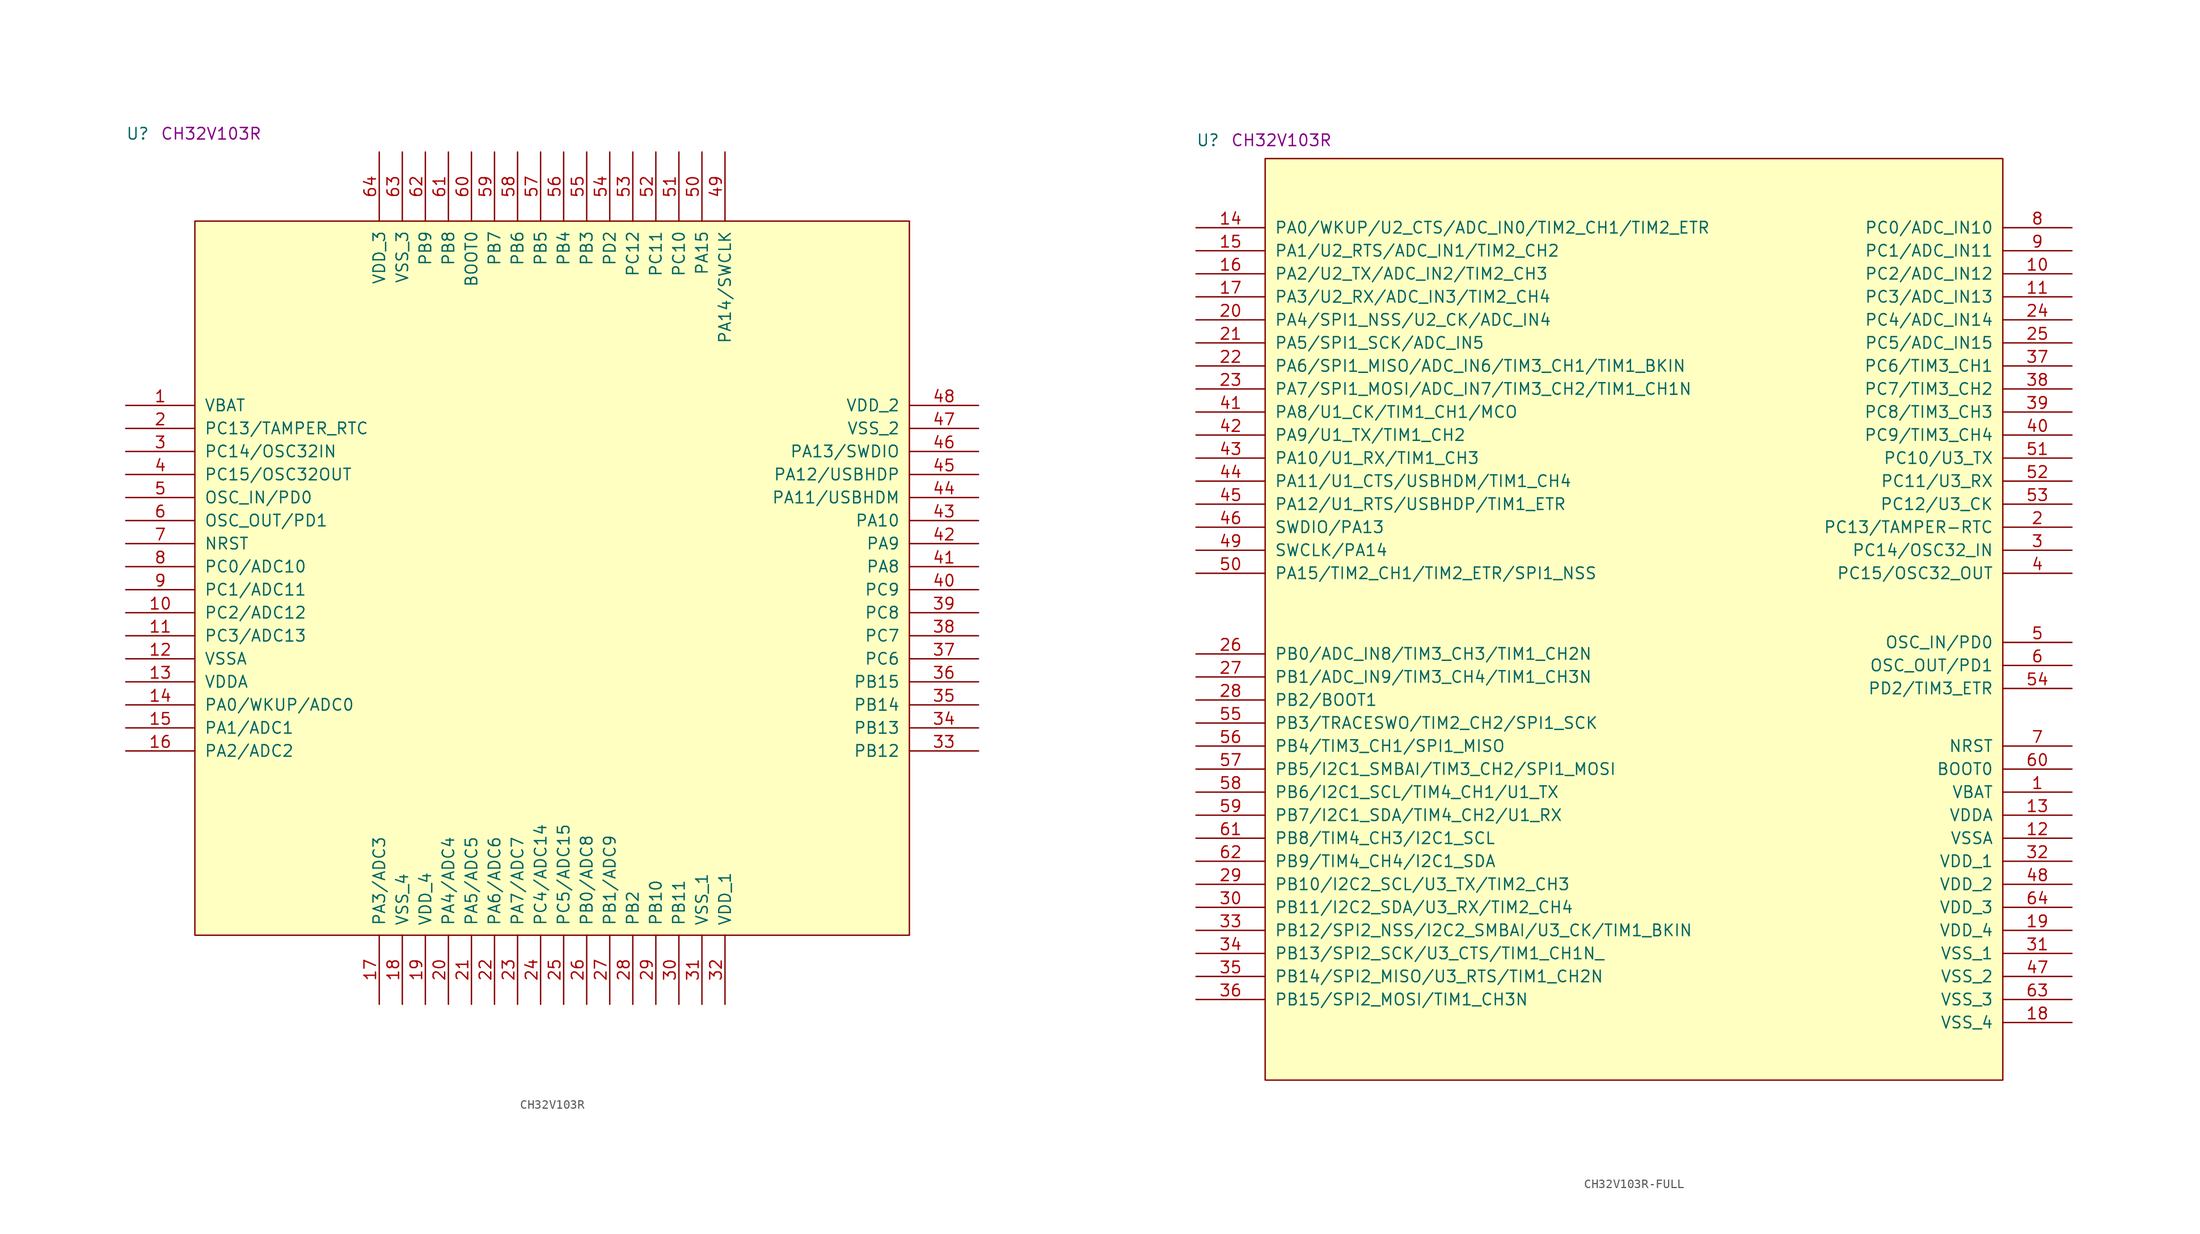
<source format=kicad_sym>
(kicad_symbol_lib
  (version 20211014)
  (generator kicad_symbol_editor)
  (symbol "CH32V103R"
    (pin_names
      (offset 1.016))
    (property "Reference" "U"
      (at -7.62 8.89 0)
      (effects (font (size 1.27 1.27)) (justify left bottom)))
    (property "Comment" "CH32V103R"
      (at -3.81 8.89 0)
      (effects (font (size 1.27 1.27)) (justify left bottom)))
    (symbol "CH32V103R_1_1"
      (rectangle (start 0 -78.74) (end 78.74 0) (stroke (width 0) (type default) (color 0 0 0 0)) (fill (type background)))
      (pin power_in line (at -7.62 -20.32 0) (length 7.62) (name "VBAT" (effects (font (size 1.27 1.27)))) (number "1" (effects (font (size 1.27 1.27)))))
      (pin bidirectional line (at -7.62 -43.18 0) (length 7.62) (name "PC2/ADC12" (effects (font (size 1.27 1.27)))) (number "10" (effects (font (size 1.27 1.27)))))
      (pin bidirectional line (at -7.62 -45.72 0) (length 7.62) (name "PC3/ADC13" (effects (font (size 1.27 1.27)))) (number "11" (effects (font (size 1.27 1.27)))))
      (pin power_in line (at -7.62 -48.26 0) (length 7.62) (name "VSSA" (effects (font (size 1.27 1.27)))) (number "12" (effects (font (size 1.27 1.27)))))
      (pin power_in line (at -7.62 -50.8 0) (length 7.62) (name "VDDA" (effects (font (size 1.27 1.27)))) (number "13" (effects (font (size 1.27 1.27)))))
      (pin bidirectional line (at -7.62 -53.34 0) (length 7.62) (name "PA0/WKUP/ADC0" (effects (font (size 1.27 1.27)))) (number "14" (effects (font (size 1.27 1.27)))))
      (pin bidirectional line (at -7.62 -55.88 0) (length 7.62) (name "PA1/ADC1" (effects (font (size 1.27 1.27)))) (number "15" (effects (font (size 1.27 1.27)))))
      (pin bidirectional line (at -7.62 -58.42 0) (length 7.62) (name "PA2/ADC2" (effects (font (size 1.27 1.27)))) (number "16" (effects (font (size 1.27 1.27)))))
      (pin bidirectional line (at 20.32 -86.36 90) (length 7.62) (name "PA3/ADC3" (effects (font (size 1.27 1.27)))) (number "17" (effects (font (size 1.27 1.27)))))
      (pin power_in line (at 22.86 -86.36 90) (length 7.62) (name "VSS_4" (effects (font (size 1.27 1.27)))) (number "18" (effects (font (size 1.27 1.27)))))
      (pin power_in line (at 25.4 -86.36 90) (length 7.62) (name "VDD_4" (effects (font (size 1.27 1.27)))) (number "19" (effects (font (size 1.27 1.27)))))
      (pin bidirectional line (at -7.62 -22.86 0) (length 7.62) (name "PC13/TAMPER_RTC" (effects (font (size 1.27 1.27)))) (number "2" (effects (font (size 1.27 1.27)))))
      (pin bidirectional line (at 27.94 -86.36 90) (length 7.62) (name "PA4/ADC4" (effects (font (size 1.27 1.27)))) (number "20" (effects (font (size 1.27 1.27)))))
      (pin bidirectional line (at 30.48 -86.36 90) (length 7.62) (name "PA5/ADC5" (effects (font (size 1.27 1.27)))) (number "21" (effects (font (size 1.27 1.27)))))
      (pin bidirectional line (at 33.02 -86.36 90) (length 7.62) (name "PA6/ADC6" (effects (font (size 1.27 1.27)))) (number "22" (effects (font (size 1.27 1.27)))))
      (pin bidirectional line (at 35.56 -86.36 90) (length 7.62) (name "PA7/ADC7" (effects (font (size 1.27 1.27)))) (number "23" (effects (font (size 1.27 1.27)))))
      (pin bidirectional line (at 38.1 -86.36 90) (length 7.62) (name "PC4/ADC14" (effects (font (size 1.27 1.27)))) (number "24" (effects (font (size 1.27 1.27)))))
      (pin bidirectional line (at 40.64 -86.36 90) (length 7.62) (name "PC5/ADC15" (effects (font (size 1.27 1.27)))) (number "25" (effects (font (size 1.27 1.27)))))
      (pin bidirectional line (at 43.18 -86.36 90) (length 7.62) (name "PB0/ADC8" (effects (font (size 1.27 1.27)))) (number "26" (effects (font (size 1.27 1.27)))))
      (pin bidirectional line (at 45.72 -86.36 90) (length 7.62) (name "PB1/ADC9" (effects (font (size 1.27 1.27)))) (number "27" (effects (font (size 1.27 1.27)))))
      (pin bidirectional line (at 48.26 -86.36 90) (length 7.62) (name "PB2" (effects (font (size 1.27 1.27)))) (number "28" (effects (font (size 1.27 1.27)))))
      (pin bidirectional line (at 50.8 -86.36 90) (length 7.62) (name "PB10" (effects (font (size 1.27 1.27)))) (number "29" (effects (font (size 1.27 1.27)))))
      (pin bidirectional line (at -7.62 -25.4 0) (length 7.62) (name "PC14/OSC32IN" (effects (font (size 1.27 1.27)))) (number "3" (effects (font (size 1.27 1.27)))))
      (pin bidirectional line (at 53.34 -86.36 90) (length 7.62) (name "PB11" (effects (font (size 1.27 1.27)))) (number "30" (effects (font (size 1.27 1.27)))))
      (pin power_in line (at 55.88 -86.36 90) (length 7.62) (name "VSS_1" (effects (font (size 1.27 1.27)))) (number "31" (effects (font (size 1.27 1.27)))))
      (pin power_in line (at 58.42 -86.36 90) (length 7.62) (name "VDD_1" (effects (font (size 1.27 1.27)))) (number "32" (effects (font (size 1.27 1.27)))))
      (pin bidirectional line (at 86.36 -58.42 180) (length 7.62) (name "PB12" (effects (font (size 1.27 1.27)))) (number "33" (effects (font (size 1.27 1.27)))))
      (pin bidirectional line (at 86.36 -55.88 180) (length 7.62) (name "PB13" (effects (font (size 1.27 1.27)))) (number "34" (effects (font (size 1.27 1.27)))))
      (pin bidirectional line (at 86.36 -53.34 180) (length 7.62) (name "PB14" (effects (font (size 1.27 1.27)))) (number "35" (effects (font (size 1.27 1.27)))))
      (pin bidirectional line (at 86.36 -50.8 180) (length 7.62) (name "PB15" (effects (font (size 1.27 1.27)))) (number "36" (effects (font (size 1.27 1.27)))))
      (pin bidirectional line (at 86.36 -48.26 180) (length 7.62) (name "PC6" (effects (font (size 1.27 1.27)))) (number "37" (effects (font (size 1.27 1.27)))))
      (pin bidirectional line (at 86.36 -45.72 180) (length 7.62) (name "PC7" (effects (font (size 1.27 1.27)))) (number "38" (effects (font (size 1.27 1.27)))))
      (pin bidirectional line (at 86.36 -43.18 180) (length 7.62) (name "PC8" (effects (font (size 1.27 1.27)))) (number "39" (effects (font (size 1.27 1.27)))))
      (pin bidirectional line (at -7.62 -27.94 0) (length 7.62) (name "PC15/OSC32OUT" (effects (font (size 1.27 1.27)))) (number "4" (effects (font (size 1.27 1.27)))))
      (pin bidirectional line (at 86.36 -40.64 180) (length 7.62) (name "PC9" (effects (font (size 1.27 1.27)))) (number "40" (effects (font (size 1.27 1.27)))))
      (pin bidirectional line (at 86.36 -38.1 180) (length 7.62) (name "PA8" (effects (font (size 1.27 1.27)))) (number "41" (effects (font (size 1.27 1.27)))))
      (pin bidirectional line (at 86.36 -35.56 180) (length 7.62) (name "PA9" (effects (font (size 1.27 1.27)))) (number "42" (effects (font (size 1.27 1.27)))))
      (pin bidirectional line (at 86.36 -33.02 180) (length 7.62) (name "PA10" (effects (font (size 1.27 1.27)))) (number "43" (effects (font (size 1.27 1.27)))))
      (pin bidirectional line (at 86.36 -30.48 180) (length 7.62) (name "PA11/USBHDM" (effects (font (size 1.27 1.27)))) (number "44" (effects (font (size 1.27 1.27)))))
      (pin bidirectional line (at 86.36 -27.94 180) (length 7.62) (name "PA12/USBHDP" (effects (font (size 1.27 1.27)))) (number "45" (effects (font (size 1.27 1.27)))))
      (pin bidirectional line (at 86.36 -25.4 180) (length 7.62) (name "PA13/SWDIO" (effects (font (size 1.27 1.27)))) (number "46" (effects (font (size 1.27 1.27)))))
      (pin power_in line (at 86.36 -22.86 180) (length 7.62) (name "VSS_2" (effects (font (size 1.27 1.27)))) (number "47" (effects (font (size 1.27 1.27)))))
      (pin power_in line (at 86.36 -20.32 180) (length 7.62) (name "VDD_2" (effects (font (size 1.27 1.27)))) (number "48" (effects (font (size 1.27 1.27)))))
      (pin bidirectional line (at 58.42 7.62 270) (length 7.62) (name "PA14/SWCLK" (effects (font (size 1.27 1.27)))) (number "49" (effects (font (size 1.27 1.27)))))
      (pin input line (at -7.62 -30.48 0) (length 7.62) (name "OSC_IN/PD0" (effects (font (size 1.27 1.27)))) (number "5" (effects (font (size 1.27 1.27)))))
      (pin bidirectional line (at 55.88 7.62 270) (length 7.62) (name "PA15" (effects (font (size 1.27 1.27)))) (number "50" (effects (font (size 1.27 1.27)))))
      (pin bidirectional line (at 53.34 7.62 270) (length 7.62) (name "PC10" (effects (font (size 1.27 1.27)))) (number "51" (effects (font (size 1.27 1.27)))))
      (pin bidirectional line (at 50.8 7.62 270) (length 7.62) (name "PC11" (effects (font (size 1.27 1.27)))) (number "52" (effects (font (size 1.27 1.27)))))
      (pin bidirectional line (at 48.26 7.62 270) (length 7.62) (name "PC12" (effects (font (size 1.27 1.27)))) (number "53" (effects (font (size 1.27 1.27)))))
      (pin bidirectional line (at 45.72 7.62 270) (length 7.62) (name "PD2" (effects (font (size 1.27 1.27)))) (number "54" (effects (font (size 1.27 1.27)))))
      (pin bidirectional line (at 43.18 7.62 270) (length 7.62) (name "PB3" (effects (font (size 1.27 1.27)))) (number "55" (effects (font (size 1.27 1.27)))))
      (pin bidirectional line (at 40.64 7.62 270) (length 7.62) (name "PB4" (effects (font (size 1.27 1.27)))) (number "56" (effects (font (size 1.27 1.27)))))
      (pin bidirectional line (at 38.1 7.62 270) (length 7.62) (name "PB5" (effects (font (size 1.27 1.27)))) (number "57" (effects (font (size 1.27 1.27)))))
      (pin bidirectional line (at 35.56 7.62 270) (length 7.62) (name "PB6" (effects (font (size 1.27 1.27)))) (number "58" (effects (font (size 1.27 1.27)))))
      (pin bidirectional line (at 33.02 7.62 270) (length 7.62) (name "PB7" (effects (font (size 1.27 1.27)))) (number "59" (effects (font (size 1.27 1.27)))))
      (pin output line (at -7.62 -33.02 0) (length 7.62) (name "OSC_OUT/PD1" (effects (font (size 1.27 1.27)))) (number "6" (effects (font (size 1.27 1.27)))))
      (pin input line (at 30.48 7.62 270) (length 7.62) (name "BOOT0" (effects (font (size 1.27 1.27)))) (number "60" (effects (font (size 1.27 1.27)))))
      (pin bidirectional line (at 27.94 7.62 270) (length 7.62) (name "PB8" (effects (font (size 1.27 1.27)))) (number "61" (effects (font (size 1.27 1.27)))))
      (pin bidirectional line (at 25.4 7.62 270) (length 7.62) (name "PB9" (effects (font (size 1.27 1.27)))) (number "62" (effects (font (size 1.27 1.27)))))
      (pin power_in line (at 22.86 7.62 270) (length 7.62) (name "VSS_3" (effects (font (size 1.27 1.27)))) (number "63" (effects (font (size 1.27 1.27)))))
      (pin power_in line (at 20.32 7.62 270) (length 7.62) (name "VDD_3" (effects (font (size 1.27 1.27)))) (number "64" (effects (font (size 1.27 1.27)))))
      (pin input line (at -7.62 -35.56 0) (length 7.62) (name "NRST" (effects (font (size 1.27 1.27)))) (number "7" (effects (font (size 1.27 1.27)))))
      (pin bidirectional line (at -7.62 -38.1 0) (length 7.62) (name "PC0/ADC10" (effects (font (size 1.27 1.27)))) (number "8" (effects (font (size 1.27 1.27)))))
      (pin bidirectional line (at -7.62 -40.64 0) (length 7.62) (name "PC1/ADC11" (effects (font (size 1.27 1.27)))) (number "9" (effects (font (size 1.27 1.27)))))))
  (symbol "CH32V103R-FULL"
    (pin_names
      (offset 1.016))
    (property "Reference" "U"
      (at -7.62 1.27 0)
      (effects (font (size 1.27 1.27)) (justify left bottom)))
    (property "Comment" "CH32V103R"
      (at -3.81 1.27 0)
      (effects (font (size 1.27 1.27)) (justify left bottom)))
    (symbol "CH32V103R-FULL_1_1"
      (rectangle (start 0 -101.6) (end 81.28 0) (stroke (width 0) (type default) (color 0 0 0 0)) (fill (type background)))
      (pin power_in line (at 88.9 -69.85 180) (length 7.62) (name "VBAT" (effects (font (size 1.27 1.27)))) (number "1" (effects (font (size 1.27 1.27)))))
      (pin bidirectional line (at 88.9 -12.7 180) (length 7.62) (name "PC2/ADC_IN12" (effects (font (size 1.27 1.27)))) (number "10" (effects (font (size 1.27 1.27)))))
      (pin bidirectional line (at 88.9 -15.24 180) (length 7.62) (name "PC3/ADC_IN13" (effects (font (size 1.27 1.27)))) (number "11" (effects (font (size 1.27 1.27)))))
      (pin power_in line (at 88.9 -74.93 180) (length 7.62) (name "VSSA" (effects (font (size 1.27 1.27)))) (number "12" (effects (font (size 1.27 1.27)))))
      (pin power_in line (at 88.9 -72.39 180) (length 7.62) (name "VDDA" (effects (font (size 1.27 1.27)))) (number "13" (effects (font (size 1.27 1.27)))))
      (pin bidirectional line (at -7.62 -7.62 0) (length 7.62) (name "PA0/WKUP/U2_CTS/ADC_IN0/TIM2_CH1/TIM2_ETR" (effects (font (size 1.27 1.27)))) (number "14" (effects (font (size 1.27 1.27)))))
      (pin bidirectional line (at -7.62 -10.16 0) (length 7.62) (name "PA1/U2_RTS/ADC_IN1/TIM2_CH2" (effects (font (size 1.27 1.27)))) (number "15" (effects (font (size 1.27 1.27)))))
      (pin bidirectional line (at -7.62 -12.7 0) (length 7.62) (name "PA2/U2_TX/ADC_IN2/TIM2_CH3" (effects (font (size 1.27 1.27)))) (number "16" (effects (font (size 1.27 1.27)))))
      (pin bidirectional line (at -7.62 -15.24 0) (length 7.62) (name "PA3/U2_RX/ADC_IN3/TIM2_CH4" (effects (font (size 1.27 1.27)))) (number "17" (effects (font (size 1.27 1.27)))))
      (pin power_in line (at 88.9 -95.25 180) (length 7.62) (name "VSS_4" (effects (font (size 1.27 1.27)))) (number "18" (effects (font (size 1.27 1.27)))))
      (pin power_in line (at 88.9 -85.09 180) (length 7.62) (name "VDD_4" (effects (font (size 1.27 1.27)))) (number "19" (effects (font (size 1.27 1.27)))))
      (pin bidirectional line (at 88.9 -40.64 180) (length 7.62) (name "PC13/TAMPER-RTC" (effects (font (size 1.27 1.27)))) (number "2" (effects (font (size 1.27 1.27)))))
      (pin bidirectional line (at -7.62 -17.78 0) (length 7.62) (name "PA4/SPI1_NSS/U2_CK/ADC_IN4" (effects (font (size 1.27 1.27)))) (number "20" (effects (font (size 1.27 1.27)))))
      (pin bidirectional line (at -7.62 -20.32 0) (length 7.62) (name "PA5/SPI1_SCK/ADC_IN5" (effects (font (size 1.27 1.27)))) (number "21" (effects (font (size 1.27 1.27)))))
      (pin bidirectional line (at -7.62 -22.86 0) (length 7.62) (name "PA6/SPI1_MISO/ADC_IN6/TIM3_CH1/TIM1_BKIN" (effects (font (size 1.27 1.27)))) (number "22" (effects (font (size 1.27 1.27)))))
      (pin bidirectional line (at -7.62 -25.4 0) (length 7.62) (name "PA7/SPI1_MOSI/ADC_IN7/TIM3_CH2/TIM1_CH1N" (effects (font (size 1.27 1.27)))) (number "23" (effects (font (size 1.27 1.27)))))
      (pin bidirectional line (at 88.9 -17.78 180) (length 7.62) (name "PC4/ADC_IN14" (effects (font (size 1.27 1.27)))) (number "24" (effects (font (size 1.27 1.27)))))
      (pin bidirectional line (at 88.9 -20.32 180) (length 7.62) (name "PC5/ADC_IN15" (effects (font (size 1.27 1.27)))) (number "25" (effects (font (size 1.27 1.27)))))
      (pin bidirectional line (at -7.62 -54.61 0) (length 7.62) (name "PB0/ADC_IN8/TIM3_CH3/TIM1_CH2N" (effects (font (size 1.27 1.27)))) (number "26" (effects (font (size 1.27 1.27)))))
      (pin bidirectional line (at -7.62 -57.15 0) (length 7.62) (name "PB1/ADC_IN9/TIM3_CH4/TIM1_CH3N" (effects (font (size 1.27 1.27)))) (number "27" (effects (font (size 1.27 1.27)))))
      (pin bidirectional line (at -7.62 -59.69 0) (length 7.62) (name "PB2/BOOT1" (effects (font (size 1.27 1.27)))) (number "28" (effects (font (size 1.27 1.27)))))
      (pin bidirectional line (at -7.62 -80.01 0) (length 7.62) (name "PB10/I2C2_SCL/U3_TX/TIM2_CH3" (effects (font (size 1.27 1.27)))) (number "29" (effects (font (size 1.27 1.27)))))
      (pin bidirectional line (at 88.9 -43.18 180) (length 7.62) (name "PC14/OSC32_IN" (effects (font (size 1.27 1.27)))) (number "3" (effects (font (size 1.27 1.27)))))
      (pin bidirectional line (at -7.62 -82.55 0) (length 7.62) (name "PB11/I2C2_SDA/U3_RX/TIM2_CH4" (effects (font (size 1.27 1.27)))) (number "30" (effects (font (size 1.27 1.27)))))
      (pin power_in line (at 88.9 -87.63 180) (length 7.62) (name "VSS_1" (effects (font (size 1.27 1.27)))) (number "31" (effects (font (size 1.27 1.27)))))
      (pin power_in line (at 88.9 -77.47 180) (length 7.62) (name "VDD_1" (effects (font (size 1.27 1.27)))) (number "32" (effects (font (size 1.27 1.27)))))
      (pin bidirectional line (at -7.62 -85.09 0) (length 7.62) (name "PB12/SPI2_NSS/I2C2_SMBAI/U3_CK/TIM1_BKIN" (effects (font (size 1.27 1.27)))) (number "33" (effects (font (size 1.27 1.27)))))
      (pin bidirectional line (at -7.62 -87.63 0) (length 7.62) (name "PB13/SPI2_SCK/U3_CTS/TIM1_CH1N_" (effects (font (size 1.27 1.27)))) (number "34" (effects (font (size 1.27 1.27)))))
      (pin bidirectional line (at -7.62 -90.17 0) (length 7.62) (name "PB14/SPI2_MISO/U3_RTS/TIM1_CH2N" (effects (font (size 1.27 1.27)))) (number "35" (effects (font (size 1.27 1.27)))))
      (pin bidirectional line (at -7.62 -92.71 0) (length 7.62) (name "PB15/SPI2_MOSI/TIM1_CH3N" (effects (font (size 1.27 1.27)))) (number "36" (effects (font (size 1.27 1.27)))))
      (pin bidirectional line (at 88.9 -22.86 180) (length 7.62) (name "PC6/TIM3_CH1" (effects (font (size 1.27 1.27)))) (number "37" (effects (font (size 1.27 1.27)))))
      (pin bidirectional line (at 88.9 -25.4 180) (length 7.62) (name "PC7/TIM3_CH2" (effects (font (size 1.27 1.27)))) (number "38" (effects (font (size 1.27 1.27)))))
      (pin bidirectional line (at 88.9 -27.94 180) (length 7.62) (name "PC8/TIM3_CH3" (effects (font (size 1.27 1.27)))) (number "39" (effects (font (size 1.27 1.27)))))
      (pin bidirectional line (at 88.9 -45.72 180) (length 7.62) (name "PC15/OSC32_OUT" (effects (font (size 1.27 1.27)))) (number "4" (effects (font (size 1.27 1.27)))))
      (pin bidirectional line (at 88.9 -30.48 180) (length 7.62) (name "PC9/TIM3_CH4" (effects (font (size 1.27 1.27)))) (number "40" (effects (font (size 1.27 1.27)))))
      (pin bidirectional line (at -7.62 -27.94 0) (length 7.62) (name "PA8/U1_CK/TIM1_CH1/MCO" (effects (font (size 1.27 1.27)))) (number "41" (effects (font (size 1.27 1.27)))))
      (pin bidirectional line (at -7.62 -30.48 0) (length 7.62) (name "PA9/U1_TX/TIM1_CH2" (effects (font (size 1.27 1.27)))) (number "42" (effects (font (size 1.27 1.27)))))
      (pin bidirectional line (at -7.62 -33.02 0) (length 7.62) (name "PA10/U1_RX/TIM1_CH3" (effects (font (size 1.27 1.27)))) (number "43" (effects (font (size 1.27 1.27)))))
      (pin bidirectional line (at -7.62 -35.56 0) (length 7.62) (name "PA11/U1_CTS/USBHDM/TIM1_CH4" (effects (font (size 1.27 1.27)))) (number "44" (effects (font (size 1.27 1.27)))))
      (pin bidirectional line (at -7.62 -38.1 0) (length 7.62) (name "PA12/U1_RTS/USBHDP/TIM1_ETR" (effects (font (size 1.27 1.27)))) (number "45" (effects (font (size 1.27 1.27)))))
      (pin bidirectional line (at -7.62 -40.64 0) (length 7.62) (name "SWDIO/PA13" (effects (font (size 1.27 1.27)))) (number "46" (effects (font (size 1.27 1.27)))))
      (pin power_in line (at 88.9 -90.17 180) (length 7.62) (name "VSS_2" (effects (font (size 1.27 1.27)))) (number "47" (effects (font (size 1.27 1.27)))))
      (pin power_in line (at 88.9 -80.01 180) (length 7.62) (name "VDD_2" (effects (font (size 1.27 1.27)))) (number "48" (effects (font (size 1.27 1.27)))))
      (pin bidirectional line (at -7.62 -43.18 0) (length 7.62) (name "SWCLK/PA14" (effects (font (size 1.27 1.27)))) (number "49" (effects (font (size 1.27 1.27)))))
      (pin input line (at 88.9 -53.34 180) (length 7.62) (name "OSC_IN/PD0" (effects (font (size 1.27 1.27)))) (number "5" (effects (font (size 1.27 1.27)))))
      (pin bidirectional line (at -7.62 -45.72 0) (length 7.62) (name "PA15/TIM2_CH1/TIM2_ETR/SPI1_NSS" (effects (font (size 1.27 1.27)))) (number "50" (effects (font (size 1.27 1.27)))))
      (pin bidirectional line (at 88.9 -33.02 180) (length 7.62) (name "PC10/U3_TX" (effects (font (size 1.27 1.27)))) (number "51" (effects (font (size 1.27 1.27)))))
      (pin bidirectional line (at 88.9 -35.56 180) (length 7.62) (name "PC11/U3_RX" (effects (font (size 1.27 1.27)))) (number "52" (effects (font (size 1.27 1.27)))))
      (pin bidirectional line (at 88.9 -38.1 180) (length 7.62) (name "PC12/U3_CK" (effects (font (size 1.27 1.27)))) (number "53" (effects (font (size 1.27 1.27)))))
      (pin bidirectional line (at 88.9 -58.42 180) (length 7.62) (name "PD2/TIM3_ETR" (effects (font (size 1.27 1.27)))) (number "54" (effects (font (size 1.27 1.27)))))
      (pin bidirectional line (at -7.62 -62.23 0) (length 7.62) (name "PB3/TRACESWO/TIM2_CH2/SPI1_SCK" (effects (font (size 1.27 1.27)))) (number "55" (effects (font (size 1.27 1.27)))))
      (pin bidirectional line (at -7.62 -64.77 0) (length 7.62) (name "PB4/TIM3_CH1/SPI1_MISO" (effects (font (size 1.27 1.27)))) (number "56" (effects (font (size 1.27 1.27)))))
      (pin bidirectional line (at -7.62 -67.31 0) (length 7.62) (name "PB5/I2C1_SMBAI/TIM3_CH2/SPI1_MOSI" (effects (font (size 1.27 1.27)))) (number "57" (effects (font (size 1.27 1.27)))))
      (pin bidirectional line (at -7.62 -69.85 0) (length 7.62) (name "PB6/I2C1_SCL/TIM4_CH1/U1_TX" (effects (font (size 1.27 1.27)))) (number "58" (effects (font (size 1.27 1.27)))))
      (pin bidirectional line (at -7.62 -72.39 0) (length 7.62) (name "PB7/I2C1_SDA/TIM4_CH2/U1_RX" (effects (font (size 1.27 1.27)))) (number "59" (effects (font (size 1.27 1.27)))))
      (pin output line (at 88.9 -55.88 180) (length 7.62) (name "OSC_OUT/PD1" (effects (font (size 1.27 1.27)))) (number "6" (effects (font (size 1.27 1.27)))))
      (pin input line (at 88.9 -67.31 180) (length 7.62) (name "BOOT0" (effects (font (size 1.27 1.27)))) (number "60" (effects (font (size 1.27 1.27)))))
      (pin bidirectional line (at -7.62 -74.93 0) (length 7.62) (name "PB8/TIM4_CH3/I2C1_SCL" (effects (font (size 1.27 1.27)))) (number "61" (effects (font (size 1.27 1.27)))))
      (pin bidirectional line (at -7.62 -77.47 0) (length 7.62) (name "PB9/TIM4_CH4/I2C1_SDA" (effects (font (size 1.27 1.27)))) (number "62" (effects (font (size 1.27 1.27)))))
      (pin power_in line (at 88.9 -92.71 180) (length 7.62) (name "VSS_3" (effects (font (size 1.27 1.27)))) (number "63" (effects (font (size 1.27 1.27)))))
      (pin power_in line (at 88.9 -82.55 180) (length 7.62) (name "VDD_3" (effects (font (size 1.27 1.27)))) (number "64" (effects (font (size 1.27 1.27)))))
      (pin input line (at 88.9 -64.77 180) (length 7.62) (name "NRST" (effects (font (size 1.27 1.27)))) (number "7" (effects (font (size 1.27 1.27)))))
      (pin bidirectional line (at 88.9 -7.62 180) (length 7.62) (name "PC0/ADC_IN10" (effects (font (size 1.27 1.27)))) (number "8" (effects (font (size 1.27 1.27)))))
      (pin bidirectional line (at 88.9 -10.16 180) (length 7.62) (name "PC1/ADC_IN11" (effects (font (size 1.27 1.27)))) (number "9" (effects (font (size 1.27 1.27))))))))
</source>
